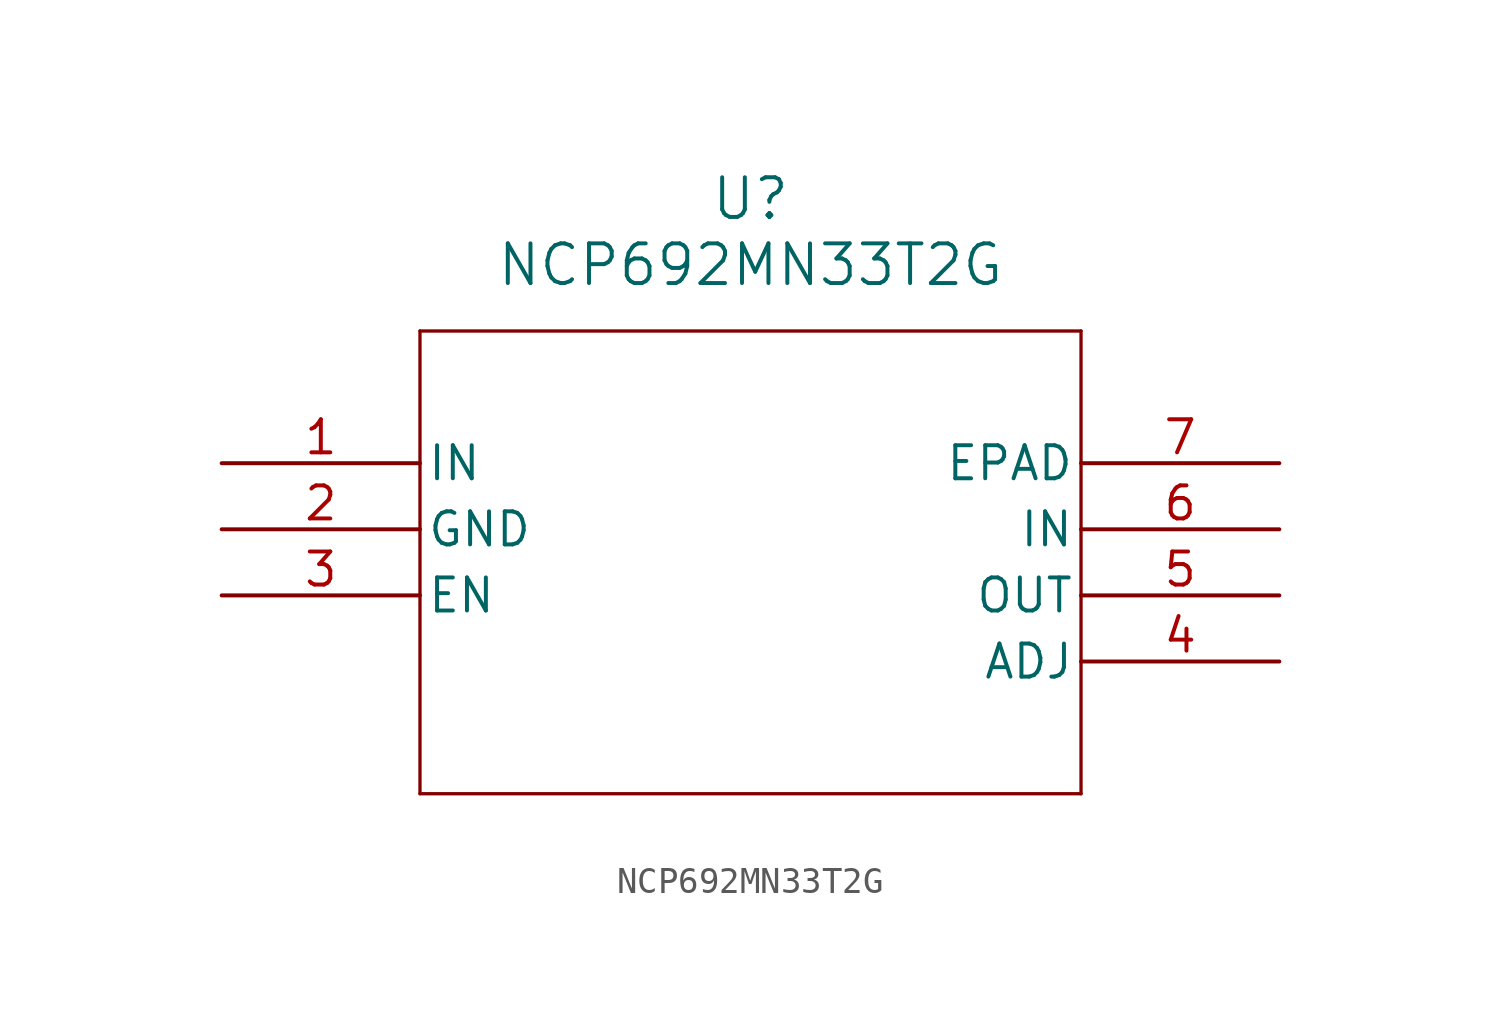
<source format=kicad_sym>
(kicad_symbol_lib
  (version 20211014)
  (generator kicad_symbol_editor)
  (symbol "NCP692MN33T2G"
    (pin_names
      (offset 0.254))
    (property "Reference" "U"
      (at 20.32 10.16 0)
      (effects (font (size 1.524 1.524))))
    (property "Value" "NCP692MN33T2G"
      (at 20.32 7.62 0)
      (effects (font (size 1.524 1.524))))
    (symbol "NCP692MN33T2G_0_1"
      (polyline (pts (xy 7.62 5.08) (xy 7.62 -12.7)) (stroke (width 0.127) (type default) (color 0 0 0 0)) (fill (type none)))
      (polyline (pts (xy 7.62 -12.7) (xy 33.02 -12.7)) (stroke (width 0.127) (type default) (color 0 0 0 0)) (fill (type none)))
      (polyline (pts (xy 33.02 -12.7) (xy 33.02 5.08)) (stroke (width 0.127) (type default) (color 0 0 0 0)) (fill (type none)))
      (polyline (pts (xy 33.02 5.08) (xy 7.62 5.08)) (stroke (width 0.127) (type default) (color 0 0 0 0)) (fill (type none)))
      (pin input line (at 0 0 0) (length 7.62) (name "IN" (effects (font (size 1.27 1.27)))) (number "1" (effects (font (size 1.27 1.27)))))
      (pin power_in line (at 0 -2.54 0) (length 7.62) (name "GND" (effects (font (size 1.27 1.27)))) (number "2" (effects (font (size 1.27 1.27)))))
      (pin unspecified line (at 0 -5.08 0) (length 7.62) (name "EN" (effects (font (size 1.27 1.27)))) (number "3" (effects (font (size 1.27 1.27)))))
      (pin input line (at 40.64 -7.62 180) (length 7.62) (name "ADJ" (effects (font (size 1.27 1.27)))) (number "4" (effects (font (size 1.27 1.27)))))
      (pin output line (at 40.64 -5.08 180) (length 7.62) (name "OUT" (effects (font (size 1.27 1.27)))) (number "5" (effects (font (size 1.27 1.27)))))
      (pin input line (at 40.64 -2.54 180) (length 7.62) (name "IN" (effects (font (size 1.27 1.27)))) (number "6" (effects (font (size 1.27 1.27)))))
      (pin unspecified line (at 40.64 0 180) (length 7.62) (name "EPAD" (effects (font (size 1.27 1.27)))) (number "7" (effects (font (size 1.27 1.27))))))))
</source>
